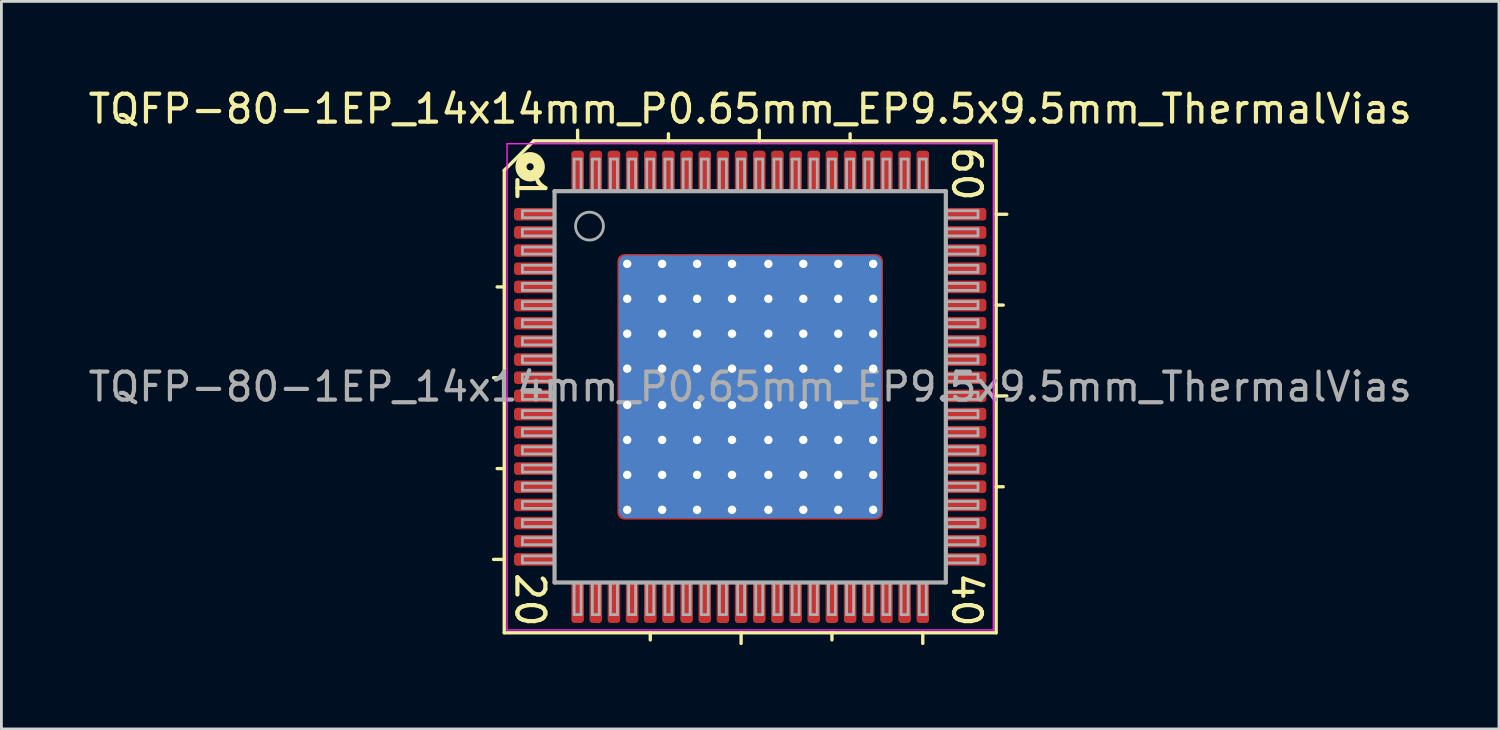
<source format=kicad_pcb>
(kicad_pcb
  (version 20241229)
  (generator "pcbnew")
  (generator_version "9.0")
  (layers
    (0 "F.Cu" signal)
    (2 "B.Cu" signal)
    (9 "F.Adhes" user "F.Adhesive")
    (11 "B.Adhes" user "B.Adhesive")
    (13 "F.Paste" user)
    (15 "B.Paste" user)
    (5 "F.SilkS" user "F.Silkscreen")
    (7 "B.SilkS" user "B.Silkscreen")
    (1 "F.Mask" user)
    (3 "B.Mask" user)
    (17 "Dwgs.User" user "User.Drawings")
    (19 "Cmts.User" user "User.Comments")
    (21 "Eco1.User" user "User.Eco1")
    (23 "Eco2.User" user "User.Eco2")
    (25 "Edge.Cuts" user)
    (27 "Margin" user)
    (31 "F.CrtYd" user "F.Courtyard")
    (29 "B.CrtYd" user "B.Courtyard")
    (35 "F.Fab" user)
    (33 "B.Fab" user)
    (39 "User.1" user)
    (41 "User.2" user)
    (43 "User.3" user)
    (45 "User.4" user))
  (footprint "TQFP-80-1EP_14x14mm_P0.65mm_EP9.5x9.5mm_ThermalVias"
    (layer "F.Cu")
    (at 23.792 10.791)
    (property "Reference" "TQFP-80-1EP_14x14mm_P0.65mm_EP9.5x9.5mm_ThermalVias" (at 0 -9.943 0) (layer "F.SilkS") (effects (font (size 1 1) (thickness 0.15))))
    (attr smd)
    (fp_line (start -8.8 -7.747) (end -8.8 8.8) (stroke (width 0.12) (type solid)) (layer "F.SilkS"))
    (fp_line (start -8.8 -3.575) (end -9.054 -3.575) (stroke (width 0.12) (type solid)) (layer "F.SilkS"))
    (fp_line (start -8.8 -0.325) (end -9.181 -0.325) (stroke (width 0.12) (type solid)) (layer "F.SilkS"))
    (fp_line (start -8.8 2.925) (end -9.054 2.925) (stroke (width 0.12) (type solid)) (layer "F.SilkS"))
    (fp_line (start -8.8 6.175) (end -9.181 6.175) (stroke (width 0.12) (type solid)) (layer "F.SilkS"))
    (fp_line (start -8.8 8.8) (end 8.8 8.8) (stroke (width 0.12) (type solid)) (layer "F.SilkS"))
    (fp_line (start -7.747 -8.8) (end -8.8 -7.747) (stroke (width 0.12) (type solid)) (layer "F.SilkS"))
    (fp_line (start -6.175 -8.8) (end -6.175 -9.181) (stroke (width 0.12) (type solid)) (layer "F.SilkS"))
    (fp_line (start -3.575 8.8) (end -3.575 9.054) (stroke (width 0.12) (type solid)) (layer "F.SilkS"))
    (fp_line (start -2.925 -8.8) (end -2.925 -9.054) (stroke (width 0.12) (type solid)) (layer "F.SilkS"))
    (fp_line (start -0.325 8.8) (end -0.325 9.181) (stroke (width 0.12) (type solid)) (layer "F.SilkS"))
    (fp_line (start 0.325 -8.8) (end 0.325 -9.181) (stroke (width 0.12) (type solid)) (layer "F.SilkS"))
    (fp_line (start 2.925 8.8) (end 2.925 9.054) (stroke (width 0.12) (type solid)) (layer "F.SilkS"))
    (fp_line (start 3.575 -8.8) (end 3.575 -9.054) (stroke (width 0.12) (type solid)) (layer "F.SilkS"))
    (fp_line (start 6.175 8.8) (end 6.175 9.181) (stroke (width 0.12) (type solid)) (layer "F.SilkS"))
    (fp_line (start 8.8 -8.8) (end -7.747 -8.8) (stroke (width 0.12) (type solid)) (layer "F.SilkS"))
    (fp_line (start 8.8 -6.175) (end 9.181 -6.175) (stroke (width 0.12) (type solid)) (layer "F.SilkS"))
    (fp_line (start 8.8 -2.925) (end 9.054 -2.925) (stroke (width 0.12) (type solid)) (layer "F.SilkS"))
    (fp_line (start 8.8 0.325) (end 9.181 0.325) (stroke (width 0.12) (type solid)) (layer "F.SilkS"))
    (fp_line (start 8.8 3.575) (end 9.054 3.575) (stroke (width 0.12) (type solid)) (layer "F.SilkS"))
    (fp_line (start 8.8 8.8) (end 8.8 -8.8) (stroke (width 0.12) (type solid)) (layer "F.SilkS"))
    (fp_circle (center -7.874 -7.874) (end -7.747 -7.874) (stroke (width 0.4) (type solid)) (fill no) (layer "F.SilkS"))
    (fp_line (start -8.7 -8.7) (end -8.7 8.7) (stroke (width 0.05) (type solid)) (layer "F.CrtYd"))
    (fp_line (start -8.7 -8.7) (end 8.7 -8.7) (stroke (width 0.05) (type solid)) (layer "F.CrtYd"))
    (fp_line (start -8.7 8.7) (end 8.7 8.7) (stroke (width 0.05) (type solid)) (layer "F.CrtYd"))
    (fp_line (start 8.7 -8.7) (end 8.7 8.7) (stroke (width 0.05) (type solid)) (layer "F.CrtYd"))
    (fp_line (start -8.15 -6.3) (end -8.15 -6.05) (stroke (width 0.1) (type solid)) (layer "F.Fab"))
    (fp_line (start -8.15 -6.3) (end -7 -6.3) (stroke (width 0.1) (type solid)) (layer "F.Fab"))
    (fp_line (start -8.15 -6.05) (end -7 -6.05) (stroke (width 0.1) (type solid)) (layer "F.Fab"))
    (fp_line (start -8.15 -5.65) (end -8.15 -5.4) (stroke (width 0.1) (type solid)) (layer "F.Fab"))
    (fp_line (start -8.15 -5.65) (end -7 -5.65) (stroke (width 0.1) (type solid)) (layer "F.Fab"))
    (fp_line (start -8.15 -5.4) (end -7 -5.4) (stroke (width 0.1) (type solid)) (layer "F.Fab"))
    (fp_line (start -8.15 -5) (end -8.15 -4.75) (stroke (width 0.1) (type solid)) (layer "F.Fab"))
    (fp_line (start -8.15 -5) (end -7 -5) (stroke (width 0.1) (type solid)) (layer "F.Fab"))
    (fp_line (start -8.15 -4.75) (end -7 -4.75) (stroke (width 0.1) (type solid)) (layer "F.Fab"))
    (fp_line (start -8.15 -4.35) (end -8.15 -4.1) (stroke (width 0.1) (type solid)) (layer "F.Fab"))
    (fp_line (start -8.15 -4.35) (end -7 -4.35) (stroke (width 0.1) (type solid)) (layer "F.Fab"))
    (fp_line (start -8.15 -4.1) (end -7 -4.1) (stroke (width 0.1) (type solid)) (layer "F.Fab"))
    (fp_line (start -8.15 -3.7) (end -8.15 -3.45) (stroke (width 0.1) (type solid)) (layer "F.Fab"))
    (fp_line (start -8.15 -3.7) (end -7 -3.7) (stroke (width 0.1) (type solid)) (layer "F.Fab"))
    (fp_line (start -8.15 -3.45) (end -7 -3.45) (stroke (width 0.1) (type solid)) (layer "F.Fab"))
    (fp_line (start -8.15 -3.05) (end -8.15 -2.8) (stroke (width 0.1) (type solid)) (layer "F.Fab"))
    (fp_line (start -8.15 -3.05) (end -7 -3.05) (stroke (width 0.1) (type solid)) (layer "F.Fab"))
    (fp_line (start -8.15 -2.8) (end -7 -2.8) (stroke (width 0.1) (type solid)) (layer "F.Fab"))
    (fp_line (start -8.15 -2.4) (end -8.15 -2.15) (stroke (width 0.1) (type solid)) (layer "F.Fab"))
    (fp_line (start -8.15 -2.4) (end -7 -2.4) (stroke (width 0.1) (type solid)) (layer "F.Fab"))
    (fp_line (start -8.15 -2.15) (end -7 -2.15) (stroke (width 0.1) (type solid)) (layer "F.Fab"))
    (fp_line (start -8.15 -1.75) (end -8.15 -1.5) (stroke (width 0.1) (type solid)) (layer "F.Fab"))
    (fp_line (start -8.15 -1.75) (end -7 -1.75) (stroke (width 0.1) (type solid)) (layer "F.Fab"))
    (fp_line (start -8.15 -1.5) (end -7 -1.5) (stroke (width 0.1) (type solid)) (layer "F.Fab"))
    (fp_line (start -8.15 -1.1) (end -8.15 -0.85) (stroke (width 0.1) (type solid)) (layer "F.Fab"))
    (fp_line (start -8.15 -1.1) (end -7 -1.1) (stroke (width 0.1) (type solid)) (layer "F.Fab"))
    (fp_line (start -8.15 -0.85) (end -7 -0.85) (stroke (width 0.1) (type solid)) (layer "F.Fab"))
    (fp_line (start -8.15 -0.45) (end -8.15 -0.2) (stroke (width 0.1) (type solid)) (layer "F.Fab"))
    (fp_line (start -8.15 -0.45) (end -7 -0.45) (stroke (width 0.1) (type solid)) (layer "F.Fab"))
    (fp_line (start -8.15 -0.2) (end -7 -0.2) (stroke (width 0.1) (type solid)) (layer "F.Fab"))
    (fp_line (start -8.15 0.2) (end -8.15 0.45) (stroke (width 0.1) (type solid)) (layer "F.Fab"))
    (fp_line (start -8.15 0.2) (end -7 0.2) (stroke (width 0.1) (type solid)) (layer "F.Fab"))
    (fp_line (start -8.15 0.45) (end -7 0.45) (stroke (width 0.1) (type solid)) (layer "F.Fab"))
    (fp_line (start -8.15 0.85) (end -8.15 1.1) (stroke (width 0.1) (type solid)) (layer "F.Fab"))
    (fp_line (start -8.15 0.85) (end -7 0.85) (stroke (width 0.1) (type solid)) (layer "F.Fab"))
    (fp_line (start -8.15 1.1) (end -7 1.1) (stroke (width 0.1) (type solid)) (layer "F.Fab"))
    (fp_line (start -8.15 1.5) (end -8.15 1.75) (stroke (width 0.1) (type solid)) (layer "F.Fab"))
    (fp_line (start -8.15 1.5) (end -7 1.5) (stroke (width 0.1) (type solid)) (layer "F.Fab"))
    (fp_line (start -8.15 1.75) (end -7 1.75) (stroke (width 0.1) (type solid)) (layer "F.Fab"))
    (fp_line (start -8.15 2.15) (end -8.15 2.4) (stroke (width 0.1) (type solid)) (layer "F.Fab"))
    (fp_line (start -8.15 2.15) (end -7 2.15) (stroke (width 0.1) (type solid)) (layer "F.Fab"))
    (fp_line (start -8.15 2.4) (end -7 2.4) (stroke (width 0.1) (type solid)) (layer "F.Fab"))
    (fp_line (start -8.15 2.8) (end -8.15 3.05) (stroke (width 0.1) (type solid)) (layer "F.Fab"))
    (fp_line (start -8.15 2.8) (end -7 2.8) (stroke (width 0.1) (type solid)) (layer "F.Fab"))
    (fp_line (start -8.15 3.05) (end -7 3.05) (stroke (width 0.1) (type solid)) (layer "F.Fab"))
    (fp_line (start -8.15 3.45) (end -8.15 3.7) (stroke (width 0.1) (type solid)) (layer "F.Fab"))
    (fp_line (start -8.15 3.45) (end -7 3.45) (stroke (width 0.1) (type solid)) (layer "F.Fab"))
    (fp_line (start -8.15 3.7) (end -7 3.7) (stroke (width 0.1) (type solid)) (layer "F.Fab"))
    (fp_line (start -8.15 4.1) (end -8.15 4.35) (stroke (width 0.1) (type solid)) (layer "F.Fab"))
    (fp_line (start -8.15 4.1) (end -7 4.1) (stroke (width 0.1) (type solid)) (layer "F.Fab"))
    (fp_line (start -8.15 4.35) (end -7 4.35) (stroke (width 0.1) (type solid)) (layer "F.Fab"))
    (fp_line (start -8.15 4.75) (end -8.15 5) (stroke (width 0.1) (type solid)) (layer "F.Fab"))
    (fp_line (start -8.15 4.75) (end -7 4.75) (stroke (width 0.1) (type solid)) (layer "F.Fab"))
    (fp_line (start -8.15 5) (end -7 5) (stroke (width 0.1) (type solid)) (layer "F.Fab"))
    (fp_line (start -8.15 5.4) (end -8.15 5.65) (stroke (width 0.1) (type solid)) (layer "F.Fab"))
    (fp_line (start -8.15 5.4) (end -7 5.4) (stroke (width 0.1) (type solid)) (layer "F.Fab"))
    (fp_line (start -8.15 5.65) (end -7 5.65) (stroke (width 0.1) (type solid)) (layer "F.Fab"))
    (fp_line (start -8.15 6.05) (end -8.15 6.3) (stroke (width 0.1) (type solid)) (layer "F.Fab"))
    (fp_line (start -8.15 6.05) (end -7 6.05) (stroke (width 0.1) (type solid)) (layer "F.Fab"))
    (fp_line (start -8.15 6.3) (end -7 6.3) (stroke (width 0.1) (type solid)) (layer "F.Fab"))
    (fp_line (start -7 -7) (end 7 -7) (stroke (width 0.15) (type solid)) (layer "F.Fab"))
    (fp_line (start -7 7) (end -7 -7) (stroke (width 0.15) (type solid)) (layer "F.Fab"))
    (fp_line (start -6.3 -8.15) (end -6.3 -7) (stroke (width 0.1) (type solid)) (layer "F.Fab"))
    (fp_line (start -6.3 8.15) (end -6.3 7) (stroke (width 0.1) (type solid)) (layer "F.Fab"))
    (fp_line (start -6.3 8.15) (end -6.05 8.15) (stroke (width 0.1) (type solid)) (layer "F.Fab"))
    (fp_line (start -6.05 -8.15) (end -6.3 -8.15) (stroke (width 0.1) (type solid)) (layer "F.Fab"))
    (fp_line (start -6.05 -8.15) (end -6.05 -7) (stroke (width 0.1) (type solid)) (layer "F.Fab"))
    (fp_line (start -6.05 8.15) (end -6.05 7) (stroke (width 0.1) (type solid)) (layer "F.Fab"))
    (fp_line (start -5.65 -8.15) (end -5.65 -7) (stroke (width 0.1) (type solid)) (layer "F.Fab"))
    (fp_line (start -5.65 8.15) (end -5.65 7) (stroke (width 0.1) (type solid)) (layer "F.Fab"))
    (fp_line (start -5.65 8.15) (end -5.4 8.15) (stroke (width 0.1) (type solid)) (layer "F.Fab"))
    (fp_line (start -5.4 -8.15) (end -5.65 -8.15) (stroke (width 0.1) (type solid)) (layer "F.Fab"))
    (fp_line (start -5.4 -8.15) (end -5.4 -7) (stroke (width 0.1) (type solid)) (layer "F.Fab"))
    (fp_line (start -5.4 8.15) (end -5.4 7) (stroke (width 0.1) (type solid)) (layer "F.Fab"))
    (fp_line (start -5 -8.15) (end -5 -7) (stroke (width 0.1) (type solid)) (layer "F.Fab"))
    (fp_line (start -5 8.15) (end -5 7) (stroke (width 0.1) (type solid)) (layer "F.Fab"))
    (fp_line (start -5 8.15) (end -4.75 8.15) (stroke (width 0.1) (type solid)) (layer "F.Fab"))
    (fp_line (start -4.75 -8.15) (end -5 -8.15) (stroke (width 0.1) (type solid)) (layer "F.Fab"))
    (fp_line (start -4.75 -8.15) (end -4.75 -7) (stroke (width 0.1) (type solid)) (layer "F.Fab"))
    (fp_line (start -4.75 8.15) (end -4.75 7) (stroke (width 0.1) (type solid)) (layer "F.Fab"))
    (fp_line (start -4.35 -8.15) (end -4.35 -7) (stroke (width 0.1) (type solid)) (layer "F.Fab"))
    (fp_line (start -4.35 8.15) (end -4.35 7) (stroke (width 0.1) (type solid)) (layer "F.Fab"))
    (fp_line (start -4.35 8.15) (end -4.1 8.15) (stroke (width 0.1) (type solid)) (layer "F.Fab"))
    (fp_line (start -4.1 -8.15) (end -4.35 -8.15) (stroke (width 0.1) (type solid)) (layer "F.Fab"))
    (fp_line (start -4.1 -8.15) (end -4.1 -7) (stroke (width 0.1) (type solid)) (layer "F.Fab"))
    (fp_line (start -4.1 8.15) (end -4.1 7) (stroke (width 0.1) (type solid)) (layer "F.Fab"))
    (fp_line (start -3.7 -8.15) (end -3.7 -7) (stroke (width 0.1) (type solid)) (layer "F.Fab"))
    (fp_line (start -3.7 8.15) (end -3.7 7) (stroke (width 0.1) (type solid)) (layer "F.Fab"))
    (fp_line (start -3.7 8.15) (end -3.45 8.15) (stroke (width 0.1) (type solid)) (layer "F.Fab"))
    (fp_line (start -3.45 -8.15) (end -3.7 -8.15) (stroke (width 0.1) (type solid)) (layer "F.Fab"))
    (fp_line (start -3.45 -8.15) (end -3.45 -7) (stroke (width 0.1) (type solid)) (layer "F.Fab"))
    (fp_line (start -3.45 8.15) (end -3.45 7) (stroke (width 0.1) (type solid)) (layer "F.Fab"))
    (fp_line (start -3.05 -8.15) (end -3.05 -7) (stroke (width 0.1) (type solid)) (layer "F.Fab"))
    (fp_line (start -3.05 8.15) (end -3.05 7) (stroke (width 0.1) (type solid)) (layer "F.Fab"))
    (fp_line (start -3.05 8.15) (end -2.8 8.15) (stroke (width 0.1) (type solid)) (layer "F.Fab"))
    (fp_line (start -2.8 -8.15) (end -3.05 -8.15) (stroke (width 0.1) (type solid)) (layer "F.Fab"))
    (fp_line (start -2.8 -8.15) (end -2.8 -7) (stroke (width 0.1) (type solid)) (layer "F.Fab"))
    (fp_line (start -2.8 8.15) (end -2.8 7) (stroke (width 0.1) (type solid)) (layer "F.Fab"))
    (fp_line (start -2.4 -8.15) (end -2.4 -7) (stroke (width 0.1) (type solid)) (layer "F.Fab"))
    (fp_line (start -2.4 8.15) (end -2.4 7) (stroke (width 0.1) (type solid)) (layer "F.Fab"))
    (fp_line (start -2.4 8.15) (end -2.15 8.15) (stroke (width 0.1) (type solid)) (layer "F.Fab"))
    (fp_line (start -2.15 -8.15) (end -2.4 -8.15) (stroke (width 0.1) (type solid)) (layer "F.Fab"))
    (fp_line (start -2.15 -8.15) (end -2.15 -7) (stroke (width 0.1) (type solid)) (layer "F.Fab"))
    (fp_line (start -2.15 8.15) (end -2.15 7) (stroke (width 0.1) (type solid)) (layer "F.Fab"))
    (fp_line (start -1.75 -8.15) (end -1.75 -7) (stroke (width 0.1) (type solid)) (layer "F.Fab"))
    (fp_line (start -1.75 8.15) (end -1.75 7) (stroke (width 0.1) (type solid)) (layer "F.Fab"))
    (fp_line (start -1.75 8.15) (end -1.5 8.15) (stroke (width 0.1) (type solid)) (layer "F.Fab"))
    (fp_line (start -1.5 -8.15) (end -1.75 -8.15) (stroke (width 0.1) (type solid)) (layer "F.Fab"))
    (fp_line (start -1.5 -8.15) (end -1.5 -7) (stroke (width 0.1) (type solid)) (layer "F.Fab"))
    (fp_line (start -1.5 8.15) (end -1.5 7) (stroke (width 0.1) (type solid)) (layer "F.Fab"))
    (fp_line (start -1.1 -8.15) (end -1.1 -7) (stroke (width 0.1) (type solid)) (layer "F.Fab"))
    (fp_line (start -1.1 8.15) (end -1.1 7) (stroke (width 0.1) (type solid)) (layer "F.Fab"))
    (fp_line (start -1.1 8.15) (end -0.85 8.15) (stroke (width 0.1) (type solid)) (layer "F.Fab"))
    (fp_line (start -0.85 -8.15) (end -1.1 -8.15) (stroke (width 0.1) (type solid)) (layer "F.Fab"))
    (fp_line (start -0.85 -8.15) (end -0.85 -7) (stroke (width 0.1) (type solid)) (layer "F.Fab"))
    (fp_line (start -0.85 8.15) (end -0.85 7) (stroke (width 0.1) (type solid)) (layer "F.Fab"))
    (fp_line (start -0.45 -8.15) (end -0.45 -7) (stroke (width 0.1) (type solid)) (layer "F.Fab"))
    (fp_line (start -0.45 8.15) (end -0.45 7) (stroke (width 0.1) (type solid)) (layer "F.Fab"))
    (fp_line (start -0.45 8.15) (end -0.2 8.15) (stroke (width 0.1) (type solid)) (layer "F.Fab"))
    (fp_line (start -0.2 -8.15) (end -0.45 -8.15) (stroke (width 0.1) (type solid)) (layer "F.Fab"))
    (fp_line (start -0.2 -8.15) (end -0.2 -7) (stroke (width 0.1) (type solid)) (layer "F.Fab"))
    (fp_line (start -0.2 8.15) (end -0.2 7) (stroke (width 0.1) (type solid)) (layer "F.Fab"))
    (fp_line (start 0.2 -8.15) (end 0.2 -7) (stroke (width 0.1) (type solid)) (layer "F.Fab"))
    (fp_line (start 0.2 8.15) (end 0.2 7) (stroke (width 0.1) (type solid)) (layer "F.Fab"))
    (fp_line (start 0.2 8.15) (end 0.45 8.15) (stroke (width 0.1) (type solid)) (layer "F.Fab"))
    (fp_line (start 0.45 -8.15) (end 0.2 -8.15) (stroke (width 0.1) (type solid)) (layer "F.Fab"))
    (fp_line (start 0.45 -8.15) (end 0.45 -7) (stroke (width 0.1) (type solid)) (layer "F.Fab"))
    (fp_line (start 0.45 8.15) (end 0.45 7) (stroke (width 0.1) (type solid)) (layer "F.Fab"))
    (fp_line (start 0.85 -8.15) (end 0.85 -7) (stroke (width 0.1) (type solid)) (layer "F.Fab"))
    (fp_line (start 0.85 8.15) (end 0.85 7) (stroke (width 0.1) (type solid)) (layer "F.Fab"))
    (fp_line (start 0.85 8.15) (end 1.1 8.15) (stroke (width 0.1) (type solid)) (layer "F.Fab"))
    (fp_line (start 1.1 -8.15) (end 0.85 -8.15) (stroke (width 0.1) (type solid)) (layer "F.Fab"))
    (fp_line (start 1.1 -8.15) (end 1.1 -7) (stroke (width 0.1) (type solid)) (layer "F.Fab"))
    (fp_line (start 1.1 8.15) (end 1.1 7) (stroke (width 0.1) (type solid)) (layer "F.Fab"))
    (fp_line (start 1.5 -8.15) (end 1.5 -7) (stroke (width 0.1) (type solid)) (layer "F.Fab"))
    (fp_line (start 1.5 8.15) (end 1.5 7) (stroke (width 0.1) (type solid)) (layer "F.Fab"))
    (fp_line (start 1.5 8.15) (end 1.75 8.15) (stroke (width 0.1) (type solid)) (layer "F.Fab"))
    (fp_line (start 1.75 -8.15) (end 1.5 -8.15) (stroke (width 0.1) (type solid)) (layer "F.Fab"))
    (fp_line (start 1.75 -8.15) (end 1.75 -7) (stroke (width 0.1) (type solid)) (layer "F.Fab"))
    (fp_line (start 1.75 8.15) (end 1.75 7) (stroke (width 0.1) (type solid)) (layer "F.Fab"))
    (fp_line (start 2.15 -8.15) (end 2.15 -7) (stroke (width 0.1) (type solid)) (layer "F.Fab"))
    (fp_line (start 2.15 8.15) (end 2.15 7) (stroke (width 0.1) (type solid)) (layer "F.Fab"))
    (fp_line (start 2.15 8.15) (end 2.4 8.15) (stroke (width 0.1) (type solid)) (layer "F.Fab"))
    (fp_line (start 2.4 -8.15) (end 2.15 -8.15) (stroke (width 0.1) (type solid)) (layer "F.Fab"))
    (fp_line (start 2.4 -8.15) (end 2.4 -7) (stroke (width 0.1) (type solid)) (layer "F.Fab"))
    (fp_line (start 2.4 8.15) (end 2.4 7) (stroke (width 0.1) (type solid)) (layer "F.Fab"))
    (fp_line (start 2.8 -8.15) (end 2.8 -7) (stroke (width 0.1) (type solid)) (layer "F.Fab"))
    (fp_line (start 2.8 8.15) (end 2.8 7) (stroke (width 0.1) (type solid)) (layer "F.Fab"))
    (fp_line (start 2.8 8.15) (end 3.05 8.15) (stroke (width 0.1) (type solid)) (layer "F.Fab"))
    (fp_line (start 3.05 -8.15) (end 2.8 -8.15) (stroke (width 0.1) (type solid)) (layer "F.Fab"))
    (fp_line (start 3.05 -8.15) (end 3.05 -7) (stroke (width 0.1) (type solid)) (layer "F.Fab"))
    (fp_line (start 3.05 8.15) (end 3.05 7) (stroke (width 0.1) (type solid)) (layer "F.Fab"))
    (fp_line (start 3.45 -8.15) (end 3.45 -7) (stroke (width 0.1) (type solid)) (layer "F.Fab"))
    (fp_line (start 3.45 8.15) (end 3.45 7) (stroke (width 0.1) (type solid)) (layer "F.Fab"))
    (fp_line (start 3.45 8.15) (end 3.7 8.15) (stroke (width 0.1) (type solid)) (layer "F.Fab"))
    (fp_line (start 3.7 -8.15) (end 3.45 -8.15) (stroke (width 0.1) (type solid)) (layer "F.Fab"))
    (fp_line (start 3.7 -8.15) (end 3.7 -7) (stroke (width 0.1) (type solid)) (layer "F.Fab"))
    (fp_line (start 3.7 8.15) (end 3.7 7) (stroke (width 0.1) (type solid)) (layer "F.Fab"))
    (fp_line (start 4.1 -8.15) (end 4.1 -7) (stroke (width 0.1) (type solid)) (layer "F.Fab"))
    (fp_line (start 4.1 8.15) (end 4.1 7) (stroke (width 0.1) (type solid)) (layer "F.Fab"))
    (fp_line (start 4.1 8.15) (end 4.35 8.15) (stroke (width 0.1) (type solid)) (layer "F.Fab"))
    (fp_line (start 4.35 -8.15) (end 4.1 -8.15) (stroke (width 0.1) (type solid)) (layer "F.Fab"))
    (fp_line (start 4.35 -8.15) (end 4.35 -7) (stroke (width 0.1) (type solid)) (layer "F.Fab"))
    (fp_line (start 4.35 8.15) (end 4.35 7) (stroke (width 0.1) (type solid)) (layer "F.Fab"))
    (fp_line (start 4.75 -8.15) (end 4.75 -7) (stroke (width 0.1) (type solid)) (layer "F.Fab"))
    (fp_line (start 4.75 8.15) (end 4.75 7) (stroke (width 0.1) (type solid)) (layer "F.Fab"))
    (fp_line (start 4.75 8.15) (end 5 8.15) (stroke (width 0.1) (type solid)) (layer "F.Fab"))
    (fp_line (start 5 -8.15) (end 4.75 -8.15) (stroke (width 0.1) (type solid)) (layer "F.Fab"))
    (fp_line (start 5 -8.15) (end 5 -7) (stroke (width 0.1) (type solid)) (layer "F.Fab"))
    (fp_line (start 5 8.15) (end 5 7) (stroke (width 0.1) (type solid)) (layer "F.Fab"))
    (fp_line (start 5.4 -8.15) (end 5.4 -7) (stroke (width 0.1) (type solid)) (layer "F.Fab"))
    (fp_line (start 5.4 8.15) (end 5.4 7) (stroke (width 0.1) (type solid)) (layer "F.Fab"))
    (fp_line (start 5.4 8.15) (end 5.65 8.15) (stroke (width 0.1) (type solid)) (layer "F.Fab"))
    (fp_line (start 5.65 -8.15) (end 5.4 -8.15) (stroke (width 0.1) (type solid)) (layer "F.Fab"))
    (fp_line (start 5.65 -8.15) (end 5.65 -7) (stroke (width 0.1) (type solid)) (layer "F.Fab"))
    (fp_line (start 5.65 8.15) (end 5.65 7) (stroke (width 0.1) (type solid)) (layer "F.Fab"))
    (fp_line (start 6.05 -8.15) (end 6.05 -7) (stroke (width 0.1) (type solid)) (layer "F.Fab"))
    (fp_line (start 6.05 8.15) (end 6.05 7) (stroke (width 0.1) (type solid)) (layer "F.Fab"))
    (fp_line (start 6.05 8.15) (end 6.3 8.15) (stroke (width 0.1) (type solid)) (layer "F.Fab"))
    (fp_line (start 6.3 -8.15) (end 6.05 -8.15) (stroke (width 0.1) (type solid)) (layer "F.Fab"))
    (fp_line (start 6.3 -8.15) (end 6.3 -7) (stroke (width 0.1) (type solid)) (layer "F.Fab"))
    (fp_line (start 6.3 8.15) (end 6.3 7) (stroke (width 0.1) (type solid)) (layer "F.Fab"))
    (fp_line (start 7 -7) (end 7 7) (stroke (width 0.15) (type solid)) (layer "F.Fab"))
    (fp_line (start 7 7) (end -7 7) (stroke (width 0.15) (type solid)) (layer "F.Fab"))
    (fp_line (start 8.15 -6.3) (end 7 -6.3) (stroke (width 0.1) (type solid)) (layer "F.Fab"))
    (fp_line (start 8.15 -6.05) (end 7 -6.05) (stroke (width 0.1) (type solid)) (layer "F.Fab"))
    (fp_line (start 8.15 -6.05) (end 8.15 -6.3) (stroke (width 0.1) (type solid)) (layer "F.Fab"))
    (fp_line (start 8.15 -5.65) (end 7 -5.65) (stroke (width 0.1) (type solid)) (layer "F.Fab"))
    (fp_line (start 8.15 -5.4) (end 7 -5.4) (stroke (width 0.1) (type solid)) (layer "F.Fab"))
    (fp_line (start 8.15 -5.4) (end 8.15 -5.65) (stroke (width 0.1) (type solid)) (layer "F.Fab"))
    (fp_line (start 8.15 -5) (end 7 -5) (stroke (width 0.1) (type solid)) (layer "F.Fab"))
    (fp_line (start 8.15 -4.75) (end 7 -4.75) (stroke (width 0.1) (type solid)) (layer "F.Fab"))
    (fp_line (start 8.15 -4.75) (end 8.15 -5) (stroke (width 0.1) (type solid)) (layer "F.Fab"))
    (fp_line (start 8.15 -4.35) (end 7 -4.35) (stroke (width 0.1) (type solid)) (layer "F.Fab"))
    (fp_line (start 8.15 -4.1) (end 7 -4.1) (stroke (width 0.1) (type solid)) (layer "F.Fab"))
    (fp_line (start 8.15 -4.1) (end 8.15 -4.35) (stroke (width 0.1) (type solid)) (layer "F.Fab"))
    (fp_line (start 8.15 -3.7) (end 7 -3.7) (stroke (width 0.1) (type solid)) (layer "F.Fab"))
    (fp_line (start 8.15 -3.45) (end 7 -3.45) (stroke (width 0.1) (type solid)) (layer "F.Fab"))
    (fp_line (start 8.15 -3.45) (end 8.15 -3.7) (stroke (width 0.1) (type solid)) (layer "F.Fab"))
    (fp_line (start 8.15 -3.05) (end 7 -3.05) (stroke (width 0.1) (type solid)) (layer "F.Fab"))
    (fp_line (start 8.15 -2.8) (end 7 -2.8) (stroke (width 0.1) (type solid)) (layer "F.Fab"))
    (fp_line (start 8.15 -2.8) (end 8.15 -3.05) (stroke (width 0.1) (type solid)) (layer "F.Fab"))
    (fp_line (start 8.15 -2.4) (end 7 -2.4) (stroke (width 0.1) (type solid)) (layer "F.Fab"))
    (fp_line (start 8.15 -2.15) (end 7 -2.15) (stroke (width 0.1) (type solid)) (layer "F.Fab"))
    (fp_line (start 8.15 -2.15) (end 8.15 -2.4) (stroke (width 0.1) (type solid)) (layer "F.Fab"))
    (fp_line (start 8.15 -1.75) (end 7 -1.75) (stroke (width 0.1) (type solid)) (layer "F.Fab"))
    (fp_line (start 8.15 -1.5) (end 7 -1.5) (stroke (width 0.1) (type solid)) (layer "F.Fab"))
    (fp_line (start 8.15 -1.5) (end 8.15 -1.75) (stroke (width 0.1) (type solid)) (layer "F.Fab"))
    (fp_line (start 8.15 -1.1) (end 7 -1.1) (stroke (width 0.1) (type solid)) (layer "F.Fab"))
    (fp_line (start 8.15 -0.85) (end 7 -0.85) (stroke (width 0.1) (type solid)) (layer "F.Fab"))
    (fp_line (start 8.15 -0.85) (end 8.15 -1.1) (stroke (width 0.1) (type solid)) (layer "F.Fab"))
    (fp_line (start 8.15 -0.45) (end 7 -0.45) (stroke (width 0.1) (type solid)) (layer "F.Fab"))
    (fp_line (start 8.15 -0.2) (end 7 -0.2) (stroke (width 0.1) (type solid)) (layer "F.Fab"))
    (fp_line (start 8.15 -0.2) (end 8.15 -0.45) (stroke (width 0.1) (type solid)) (layer "F.Fab"))
    (fp_line (start 8.15 0.2) (end 7 0.2) (stroke (width 0.1) (type solid)) (layer "F.Fab"))
    (fp_line (start 8.15 0.45) (end 7 0.45) (stroke (width 0.1) (type solid)) (layer "F.Fab"))
    (fp_line (start 8.15 0.45) (end 8.15 0.2) (stroke (width 0.1) (type solid)) (layer "F.Fab"))
    (fp_line (start 8.15 0.85) (end 7 0.85) (stroke (width 0.1) (type solid)) (layer "F.Fab"))
    (fp_line (start 8.15 1.1) (end 7 1.1) (stroke (width 0.1) (type solid)) (layer "F.Fab"))
    (fp_line (start 8.15 1.1) (end 8.15 0.85) (stroke (width 0.1) (type solid)) (layer "F.Fab"))
    (fp_line (start 8.15 1.5) (end 7 1.5) (stroke (width 0.1) (type solid)) (layer "F.Fab"))
    (fp_line (start 8.15 1.75) (end 7 1.75) (stroke (width 0.1) (type solid)) (layer "F.Fab"))
    (fp_line (start 8.15 1.75) (end 8.15 1.5) (stroke (width 0.1) (type solid)) (layer "F.Fab"))
    (fp_line (start 8.15 2.15) (end 7 2.15) (stroke (width 0.1) (type solid)) (layer "F.Fab"))
    (fp_line (start 8.15 2.4) (end 7 2.4) (stroke (width 0.1) (type solid)) (layer "F.Fab"))
    (fp_line (start 8.15 2.4) (end 8.15 2.15) (stroke (width 0.1) (type solid)) (layer "F.Fab"))
    (fp_line (start 8.15 2.8) (end 7 2.8) (stroke (width 0.1) (type solid)) (layer "F.Fab"))
    (fp_line (start 8.15 3.05) (end 7 3.05) (stroke (width 0.1) (type solid)) (layer "F.Fab"))
    (fp_line (start 8.15 3.05) (end 8.15 2.8) (stroke (width 0.1) (type solid)) (layer "F.Fab"))
    (fp_line (start 8.15 3.45) (end 7 3.45) (stroke (width 0.1) (type solid)) (layer "F.Fab"))
    (fp_line (start 8.15 3.7) (end 7 3.7) (stroke (width 0.1) (type solid)) (layer "F.Fab"))
    (fp_line (start 8.15 3.7) (end 8.15 3.45) (stroke (width 0.1) (type solid)) (layer "F.Fab"))
    (fp_line (start 8.15 4.1) (end 7 4.1) (stroke (width 0.1) (type solid)) (layer "F.Fab"))
    (fp_line (start 8.15 4.35) (end 7 4.35) (stroke (width 0.1) (type solid)) (layer "F.Fab"))
    (fp_line (start 8.15 4.35) (end 8.15 4.1) (stroke (width 0.1) (type solid)) (layer "F.Fab"))
    (fp_line (start 8.15 4.75) (end 7 4.75) (stroke (width 0.1) (type solid)) (layer "F.Fab"))
    (fp_line (start 8.15 5) (end 7 5) (stroke (width 0.1) (type solid)) (layer "F.Fab"))
    (fp_line (start 8.15 5) (end 8.15 4.75) (stroke (width 0.1) (type solid)) (layer "F.Fab"))
    (fp_line (start 8.15 5.4) (end 7 5.4) (stroke (width 0.1) (type solid)) (layer "F.Fab"))
    (fp_line (start 8.15 5.65) (end 7 5.65) (stroke (width 0.1) (type solid)) (layer "F.Fab"))
    (fp_line (start 8.15 5.65) (end 8.15 5.4) (stroke (width 0.1) (type solid)) (layer "F.Fab"))
    (fp_line (start 8.15 6.05) (end 7 6.05) (stroke (width 0.1) (type solid)) (layer "F.Fab"))
    (fp_line (start 8.15 6.3) (end 7 6.3) (stroke (width 0.1) (type solid)) (layer "F.Fab"))
    (fp_line (start 8.15 6.3) (end 8.15 6.05) (stroke (width 0.1) (type solid)) (layer "F.Fab"))
    (fp_circle (center -5.75 -5.75) (end -5.25 -5.75) (stroke (width 0.1) (type solid)) (fill no) (layer "F.Fab"))
    (fp_text user "60" (at 7.747 -7.62 270) (unlocked yes) (layer "F.SilkS") (effects (font (size 1 1) (thickness 0.15))))
    (fp_text user "1" (at -7.874 -7.112 270) (unlocked yes) (layer "F.SilkS") (effects (font (size 1 1) (thickness 0.15))))
    (fp_text user "40" (at 7.747 7.62 270) (unlocked yes) (layer "F.SilkS") (effects (font (size 1 1) (thickness 0.15))))
    (fp_text user "20" (at -7.874 7.62 270) (unlocked yes) (layer "F.SilkS") (effects (font (size 1 1) (thickness 0.15))))
    (fp_text user "${REFERENCE}" (at 0 0 0) (layer "F.Fab") (effects (font (size 1 1) (thickness 0.15))))
    (pad "" smd roundrect (at -3.775 -3.775) (size 1.05 1.05) (layers "F.Paste") (roundrect_rratio 0.238))
    (pad "" smd roundrect (at -3.775 -2.525) (size 1.05 1.05) (layers "F.Paste") (roundrect_rratio 0.238))
    (pad "" smd roundrect (at -3.775 -1.275) (size 1.05 1.05) (layers "F.Paste") (roundrect_rratio 0.238))
    (pad "" smd roundrect (at -3.775 0) (size 1.05 1.1) (layers "F.Paste") (roundrect_rratio 0.238))
    (pad "" smd roundrect (at -3.775 1.275) (size 1.05 1.05) (layers "F.Paste") (roundrect_rratio 0.238))
    (pad "" smd roundrect (at -3.775 2.525) (size 1.05 1.05) (layers "F.Paste") (roundrect_rratio 0.238))
    (pad "" smd roundrect (at -3.775 3.775) (size 1.05 1.05) (layers "F.Paste") (roundrect_rratio 0.238))
    (pad "" smd roundrect (at -2.525 -3.775) (size 1.05 1.05) (layers "F.Paste") (roundrect_rratio 0.238))
    (pad "" smd roundrect (at -2.525 -2.525) (size 1.05 1.05) (layers "F.Paste") (roundrect_rratio 0.238))
    (pad "" smd roundrect (at -2.525 -1.275) (size 1.05 1.05) (layers "F.Paste") (roundrect_rratio 0.238))
    (pad "" smd roundrect (at -2.525 0) (size 1.05 1.1) (layers "F.Paste") (roundrect_rratio 0.238))
    (pad "" smd roundrect (at -2.525 1.275) (size 1.05 1.05) (layers "F.Paste") (roundrect_rratio 0.238))
    (pad "" smd roundrect (at -2.525 2.525) (size 1.05 1.05) (layers "F.Paste") (roundrect_rratio 0.238))
    (pad "" smd roundrect (at -2.525 3.775) (size 1.05 1.05) (layers "F.Paste") (roundrect_rratio 0.238))
    (pad "" smd roundrect (at -1.275 -3.775) (size 1.05 1.05) (layers "F.Paste") (roundrect_rratio 0.238))
    (pad "" smd roundrect (at -1.275 -2.525) (size 1.05 1.05) (layers "F.Paste") (roundrect_rratio 0.238))
    (pad "" smd roundrect (at -1.275 -1.275) (size 1.05 1.05) (layers "F.Paste") (roundrect_rratio 0.238))
    (pad "" smd roundrect (at -1.275 0) (size 1.05 1.1) (layers "F.Paste") (roundrect_rratio 0.238))
    (pad "" smd roundrect (at -1.275 1.275) (size 1.05 1.05) (layers "F.Paste") (roundrect_rratio 0.238))
    (pad "" smd roundrect (at -1.275 2.525) (size 1.05 1.05) (layers "F.Paste") (roundrect_rratio 0.238))
    (pad "" smd roundrect (at -1.275 3.775) (size 1.05 1.05) (layers "F.Paste") (roundrect_rratio 0.238))
    (pad "" smd roundrect (at 0 -3.775) (size 1.1 1.05) (layers "F.Paste") (roundrect_rratio 0.238))
    (pad "" smd roundrect (at 0 -2.525) (size 1.1 1.05) (layers "F.Paste") (roundrect_rratio 0.238))
    (pad "" smd roundrect (at 0 -1.275) (size 1.1 1.05) (layers "F.Paste") (roundrect_rratio 0.238))
    (pad "" smd roundrect (at 0 0) (size 1.1 1.1) (layers "F.Paste") (roundrect_rratio 0.227))
    (pad "" smd roundrect (at 0 1.275) (size 1.1 1.05) (layers "F.Paste") (roundrect_rratio 0.238))
    (pad "" smd roundrect (at 0 2.525) (size 1.1 1.05) (layers "F.Paste") (roundrect_rratio 0.238))
    (pad "" smd roundrect (at 0 3.775) (size 1.1 1.05) (layers "F.Paste") (roundrect_rratio 0.238))
    (pad "" smd roundrect (at 1.275 -3.775) (size 1.05 1.05) (layers "F.Paste") (roundrect_rratio 0.238))
    (pad "" smd roundrect (at 1.275 -2.525) (size 1.05 1.05) (layers "F.Paste") (roundrect_rratio 0.238))
    (pad "" smd roundrect (at 1.275 -1.275) (size 1.05 1.05) (layers "F.Paste") (roundrect_rratio 0.238))
    (pad "" smd roundrect (at 1.275 0) (size 1.05 1.1) (layers "F.Paste") (roundrect_rratio 0.238))
    (pad "" smd roundrect (at 1.275 1.275) (size 1.05 1.05) (layers "F.Paste") (roundrect_rratio 0.238))
    (pad "" smd roundrect (at 1.275 2.525) (size 1.05 1.05) (layers "F.Paste") (roundrect_rratio 0.238))
    (pad "" smd roundrect (at 1.275 3.775) (size 1.05 1.05) (layers "F.Paste") (roundrect_rratio 0.238))
    (pad "" smd roundrect (at 2.525 -3.775) (size 1.05 1.05) (layers "F.Paste") (roundrect_rratio 0.238))
    (pad "" smd roundrect (at 2.525 -2.525) (size 1.05 1.05) (layers "F.Paste") (roundrect_rratio 0.238))
    (pad "" smd roundrect (at 2.525 -1.275) (size 1.05 1.05) (layers "F.Paste") (roundrect_rratio 0.238))
    (pad "" smd roundrect (at 2.525 0) (size 1.05 1.1) (layers "F.Paste") (roundrect_rratio 0.238))
    (pad "" smd roundrect (at 2.525 1.275) (size 1.05 1.05) (layers "F.Paste") (roundrect_rratio 0.238))
    (pad "" smd roundrect (at 2.525 2.525) (size 1.05 1.05) (layers "F.Paste") (roundrect_rratio 0.238))
    (pad "" smd roundrect (at 2.525 3.775) (size 1.05 1.05) (layers "F.Paste") (roundrect_rratio 0.238))
    (pad "" smd roundrect (at 3.775 -3.775) (size 1.05 1.05) (layers "F.Paste") (roundrect_rratio 0.238))
    (pad "" smd roundrect (at 3.775 -2.525) (size 1.05 1.05) (layers "F.Paste") (roundrect_rratio 0.238))
    (pad "" smd roundrect (at 3.775 -1.275) (size 1.05 1.05) (layers "F.Paste") (roundrect_rratio 0.238))
    (pad "" smd roundrect (at 3.775 0) (size 1.05 1.1) (layers "F.Paste") (roundrect_rratio 0.238))
    (pad "" smd roundrect (at 3.775 1.275) (size 1.05 1.05) (layers "F.Paste") (roundrect_rratio 0.238))
    (pad "" smd roundrect (at 3.775 2.525) (size 1.05 1.05) (layers "F.Paste") (roundrect_rratio 0.238))
    (pad "" smd roundrect (at 3.775 3.775) (size 1.05 1.05) (layers "F.Paste") (roundrect_rratio 0.238))
    (pad "1" smd roundrect (at -7.7 -6.175) (size 1.5 0.45) (layers "F.Cu" "F.Mask" "F.Paste") (roundrect_rratio 0.25))
    (pad "2" smd roundrect (at -7.7 -5.525) (size 1.5 0.45) (layers "F.Cu" "F.Mask" "F.Paste") (roundrect_rratio 0.25))
    (pad "3" smd roundrect (at -7.7 -4.875) (size 1.5 0.45) (layers "F.Cu" "F.Mask" "F.Paste") (roundrect_rratio 0.25))
    (pad "4" smd roundrect (at -7.7 -4.225) (size 1.5 0.45) (layers "F.Cu" "F.Mask" "F.Paste") (roundrect_rratio 0.25))
    (pad "5" smd roundrect (at -7.7 -3.575) (size 1.5 0.45) (layers "F.Cu" "F.Mask" "F.Paste") (roundrect_rratio 0.25))
    (pad "6" smd roundrect (at -7.7 -2.925) (size 1.5 0.45) (layers "F.Cu" "F.Mask" "F.Paste") (roundrect_rratio 0.25))
    (pad "7" smd roundrect (at -7.7 -2.275) (size 1.5 0.45) (layers "F.Cu" "F.Mask" "F.Paste") (roundrect_rratio 0.25))
    (pad "8" smd roundrect (at -7.7 -1.625) (size 1.5 0.45) (layers "F.Cu" "F.Mask" "F.Paste") (roundrect_rratio 0.25))
    (pad "9" smd roundrect (at -7.7 -0.975) (size 1.5 0.45) (layers "F.Cu" "F.Mask" "F.Paste") (roundrect_rratio 0.25))
    (pad "10" smd roundrect (at -7.7 -0.325) (size 1.5 0.45) (layers "F.Cu" "F.Mask" "F.Paste") (roundrect_rratio 0.25))
    (pad "11" smd roundrect (at -7.7 0.325) (size 1.5 0.45) (layers "F.Cu" "F.Mask" "F.Paste") (roundrect_rratio 0.25))
    (pad "12" smd roundrect (at -7.7 0.975) (size 1.5 0.45) (layers "F.Cu" "F.Mask" "F.Paste") (roundrect_rratio 0.25))
    (pad "13" smd roundrect (at -7.7 1.625) (size 1.5 0.45) (layers "F.Cu" "F.Mask" "F.Paste") (roundrect_rratio 0.25))
    (pad "14" smd roundrect (at -7.7 2.275) (size 1.5 0.45) (layers "F.Cu" "F.Mask" "F.Paste") (roundrect_rratio 0.25))
    (pad "15" smd roundrect (at -7.7 2.925) (size 1.5 0.45) (layers "F.Cu" "F.Mask" "F.Paste") (roundrect_rratio 0.25))
    (pad "16" smd roundrect (at -7.7 3.575) (size 1.5 0.45) (layers "F.Cu" "F.Mask" "F.Paste") (roundrect_rratio 0.25))
    (pad "17" smd roundrect (at -7.7 4.225) (size 1.5 0.45) (layers "F.Cu" "F.Mask" "F.Paste") (roundrect_rratio 0.25))
    (pad "18" smd roundrect (at -7.7 4.875) (size 1.5 0.45) (layers "F.Cu" "F.Mask" "F.Paste") (roundrect_rratio 0.25))
    (pad "19" smd roundrect (at -7.7 5.525) (size 1.5 0.45) (layers "F.Cu" "F.Mask" "F.Paste") (roundrect_rratio 0.25))
    (pad "20" smd roundrect (at -7.7 6.175) (size 1.5 0.45) (layers "F.Cu" "F.Mask" "F.Paste") (roundrect_rratio 0.25))
    (pad "21" smd roundrect (at -6.175 7.7 90) (size 1.5 0.45) (layers "F.Cu" "F.Mask" "F.Paste") (roundrect_rratio 0.25))
    (pad "22" smd roundrect (at -5.525 7.7 90) (size 1.5 0.45) (layers "F.Cu" "F.Mask" "F.Paste") (roundrect_rratio 0.25))
    (pad "23" smd roundrect (at -4.875 7.7 90) (size 1.5 0.45) (layers "F.Cu" "F.Mask" "F.Paste") (roundrect_rratio 0.25))
    (pad "24" smd roundrect (at -4.225 7.7 90) (size 1.5 0.45) (layers "F.Cu" "F.Mask" "F.Paste") (roundrect_rratio 0.25))
    (pad "25" smd roundrect (at -3.575 7.7 90) (size 1.5 0.45) (layers "F.Cu" "F.Mask" "F.Paste") (roundrect_rratio 0.25))
    (pad "26" smd roundrect (at -2.925 7.7 90) (size 1.5 0.45) (layers "F.Cu" "F.Mask" "F.Paste") (roundrect_rratio 0.25))
    (pad "27" smd roundrect (at -2.275 7.7 90) (size 1.5 0.45) (layers "F.Cu" "F.Mask" "F.Paste") (roundrect_rratio 0.25))
    (pad "28" smd roundrect (at -1.625 7.7 90) (size 1.5 0.45) (layers "F.Cu" "F.Mask" "F.Paste") (roundrect_rratio 0.25))
    (pad "29" smd roundrect (at -0.975 7.7 90) (size 1.5 0.45) (layers "F.Cu" "F.Mask" "F.Paste") (roundrect_rratio 0.25))
    (pad "30" smd roundrect (at -0.325 7.7 90) (size 1.5 0.45) (layers "F.Cu" "F.Mask" "F.Paste") (roundrect_rratio 0.25))
    (pad "31" smd roundrect (at 0.325 7.7 90) (size 1.5 0.45) (layers "F.Cu" "F.Mask" "F.Paste") (roundrect_rratio 0.25))
    (pad "32" smd roundrect (at 0.975 7.7 90) (size 1.5 0.45) (layers "F.Cu" "F.Mask" "F.Paste") (roundrect_rratio 0.25))
    (pad "33" smd roundrect (at 1.625 7.7 90) (size 1.5 0.45) (layers "F.Cu" "F.Mask" "F.Paste") (roundrect_rratio 0.25))
    (pad "34" smd roundrect (at 2.275 7.7 90) (size 1.5 0.45) (layers "F.Cu" "F.Mask" "F.Paste") (roundrect_rratio 0.25))
    (pad "35" smd roundrect (at 2.925 7.7 90) (size 1.5 0.45) (layers "F.Cu" "F.Mask" "F.Paste") (roundrect_rratio 0.25))
    (pad "36" smd roundrect (at 3.575 7.7 90) (size 1.5 0.45) (layers "F.Cu" "F.Mask" "F.Paste") (roundrect_rratio 0.25))
    (pad "37" smd roundrect (at 4.225 7.7 90) (size 1.5 0.45) (layers "F.Cu" "F.Mask" "F.Paste") (roundrect_rratio 0.25))
    (pad "38" smd roundrect (at 4.875 7.7 90) (size 1.5 0.45) (layers "F.Cu" "F.Mask" "F.Paste") (roundrect_rratio 0.25))
    (pad "39" smd roundrect (at 5.525 7.7 90) (size 1.5 0.45) (layers "F.Cu" "F.Mask" "F.Paste") (roundrect_rratio 0.25))
    (pad "40" smd roundrect (at 6.175 7.7 90) (size 1.5 0.45) (layers "F.Cu" "F.Mask" "F.Paste") (roundrect_rratio 0.25))
    (pad "41" smd roundrect (at 7.7 6.175) (size 1.5 0.45) (layers "F.Cu" "F.Mask" "F.Paste") (roundrect_rratio 0.25))
    (pad "42" smd roundrect (at 7.7 5.525) (size 1.5 0.45) (layers "F.Cu" "F.Mask" "F.Paste") (roundrect_rratio 0.25))
    (pad "43" smd roundrect (at 7.7 4.875) (size 1.5 0.45) (layers "F.Cu" "F.Mask" "F.Paste") (roundrect_rratio 0.25))
    (pad "44" smd roundrect (at 7.7 4.225) (size 1.5 0.45) (layers "F.Cu" "F.Mask" "F.Paste") (roundrect_rratio 0.25))
    (pad "45" smd roundrect (at 7.7 3.575) (size 1.5 0.45) (layers "F.Cu" "F.Mask" "F.Paste") (roundrect_rratio 0.25))
    (pad "46" smd roundrect (at 7.7 2.925) (size 1.5 0.45) (layers "F.Cu" "F.Mask" "F.Paste") (roundrect_rratio 0.25))
    (pad "47" smd roundrect (at 7.7 2.275) (size 1.5 0.45) (layers "F.Cu" "F.Mask" "F.Paste") (roundrect_rratio 0.25))
    (pad "48" smd roundrect (at 7.7 1.625) (size 1.5 0.45) (layers "F.Cu" "F.Mask" "F.Paste") (roundrect_rratio 0.25))
    (pad "49" smd roundrect (at 7.7 0.975) (size 1.5 0.45) (layers "F.Cu" "F.Mask" "F.Paste") (roundrect_rratio 0.25))
    (pad "50" smd roundrect (at 7.7 0.325) (size 1.5 0.45) (layers "F.Cu" "F.Mask" "F.Paste") (roundrect_rratio 0.25))
    (pad "51" smd roundrect (at 7.7 -0.325) (size 1.5 0.45) (layers "F.Cu" "F.Mask" "F.Paste") (roundrect_rratio 0.25))
    (pad "52" smd roundrect (at 7.7 -0.975) (size 1.5 0.45) (layers "F.Cu" "F.Mask" "F.Paste") (roundrect_rratio 0.25))
    (pad "53" smd roundrect (at 7.7 -1.625) (size 1.5 0.45) (layers "F.Cu" "F.Mask" "F.Paste") (roundrect_rratio 0.25))
    (pad "54" smd roundrect (at 7.7 -2.275) (size 1.5 0.45) (layers "F.Cu" "F.Mask" "F.Paste") (roundrect_rratio 0.25))
    (pad "55" smd roundrect (at 7.7 -2.925) (size 1.5 0.45) (layers "F.Cu" "F.Mask" "F.Paste") (roundrect_rratio 0.25))
    (pad "56" smd roundrect (at 7.7 -3.575) (size 1.5 0.45) (layers "F.Cu" "F.Mask" "F.Paste") (roundrect_rratio 0.25))
    (pad "57" smd roundrect (at 7.7 -4.225) (size 1.5 0.45) (layers "F.Cu" "F.Mask" "F.Paste") (roundrect_rratio 0.25))
    (pad "58" smd roundrect (at 7.7 -4.875) (size 1.5 0.45) (layers "F.Cu" "F.Mask" "F.Paste") (roundrect_rratio 0.25))
    (pad "59" smd roundrect (at 7.7 -5.525) (size 1.5 0.45) (layers "F.Cu" "F.Mask" "F.Paste") (roundrect_rratio 0.25))
    (pad "60" smd roundrect (at 7.7 -6.175) (size 1.5 0.45) (layers "F.Cu" "F.Mask" "F.Paste") (roundrect_rratio 0.25))
    (pad "61" smd roundrect (at 6.175 -7.7 90) (size 1.5 0.45) (layers "F.Cu" "F.Mask" "F.Paste") (roundrect_rratio 0.25))
    (pad "62" smd roundrect (at 5.525 -7.7 90) (size 1.5 0.45) (layers "F.Cu" "F.Mask" "F.Paste") (roundrect_rratio 0.25))
    (pad "63" smd roundrect (at 4.875 -7.7 90) (size 1.5 0.45) (layers "F.Cu" "F.Mask" "F.Paste") (roundrect_rratio 0.25))
    (pad "64" smd roundrect (at 4.225 -7.7 90) (size 1.5 0.45) (layers "F.Cu" "F.Mask" "F.Paste") (roundrect_rratio 0.25))
    (pad "65" smd roundrect (at 3.575 -7.7 90) (size 1.5 0.45) (layers "F.Cu" "F.Mask" "F.Paste") (roundrect_rratio 0.25))
    (pad "66" smd roundrect (at 2.925 -7.7 90) (size 1.5 0.45) (layers "F.Cu" "F.Mask" "F.Paste") (roundrect_rratio 0.25))
    (pad "67" smd roundrect (at 2.275 -7.7 90) (size 1.5 0.45) (layers "F.Cu" "F.Mask" "F.Paste") (roundrect_rratio 0.25))
    (pad "68" smd roundrect (at 1.625 -7.7 90) (size 1.5 0.45) (layers "F.Cu" "F.Mask" "F.Paste") (roundrect_rratio 0.25))
    (pad "69" smd roundrect (at 0.975 -7.7 90) (size 1.5 0.45) (layers "F.Cu" "F.Mask" "F.Paste") (roundrect_rratio 0.25))
    (pad "70" smd roundrect (at 0.325 -7.7 90) (size 1.5 0.45) (layers "F.Cu" "F.Mask" "F.Paste") (roundrect_rratio 0.25))
    (pad "71" smd roundrect (at -0.325 -7.7 90) (size 1.5 0.45) (layers "F.Cu" "F.Mask" "F.Paste") (roundrect_rratio 0.25))
    (pad "72" smd roundrect (at -0.975 -7.7 90) (size 1.5 0.45) (layers "F.Cu" "F.Mask" "F.Paste") (roundrect_rratio 0.25))
    (pad "73" smd roundrect (at -1.625 -7.7 90) (size 1.5 0.45) (layers "F.Cu" "F.Mask" "F.Paste") (roundrect_rratio 0.25))
    (pad "74" smd roundrect (at -2.275 -7.7 90) (size 1.5 0.45) (layers "F.Cu" "F.Mask" "F.Paste") (roundrect_rratio 0.25))
    (pad "75" smd roundrect (at -2.925 -7.7 90) (size 1.5 0.45) (layers "F.Cu" "F.Mask" "F.Paste") (roundrect_rratio 0.25))
    (pad "76" smd roundrect (at -3.575 -7.7 90) (size 1.5 0.45) (layers "F.Cu" "F.Mask" "F.Paste") (roundrect_rratio 0.25))
    (pad "77" smd roundrect (at -4.225 -7.7 90) (size 1.5 0.45) (layers "F.Cu" "F.Mask" "F.Paste") (roundrect_rratio 0.25))
    (pad "78" smd roundrect (at -4.875 -7.7 90) (size 1.5 0.45) (layers "F.Cu" "F.Mask" "F.Paste") (roundrect_rratio 0.25))
    (pad "79" smd roundrect (at -5.525 -7.7 90) (size 1.5 0.45) (layers "F.Cu" "F.Mask" "F.Paste") (roundrect_rratio 0.25))
    (pad "80" smd roundrect (at -6.175 -7.7 90) (size 1.5 0.45) (layers "F.Cu" "F.Mask" "F.Paste") (roundrect_rratio 0.25))
    (pad "81" thru_hole circle (at -4.4 -4.4) (size 0.6 0.6) (drill 0.3) (property pad_prop_heatsink) (layers "*.Cu"))
    (pad "81" thru_hole circle (at -4.4 -3.15) (size 0.6 0.6) (drill 0.3) (property pad_prop_heatsink) (layers "*.Cu"))
    (pad "81" thru_hole circle (at -4.4 -1.9) (size 0.6 0.6) (drill 0.3) (property pad_prop_heatsink) (layers "*.Cu"))
    (pad "81" thru_hole circle (at -4.4 -0.65) (size 0.6 0.6) (drill 0.3) (property pad_prop_heatsink) (layers "*.Cu"))
    (pad "81" thru_hole circle (at -4.4 0.65) (size 0.6 0.6) (drill 0.3) (property pad_prop_heatsink) (layers "*.Cu"))
    (pad "81" thru_hole circle (at -4.4 1.9) (size 0.6 0.6) (drill 0.3) (property pad_prop_heatsink) (layers "*.Cu"))
    (pad "81" thru_hole circle (at -4.4 3.15) (size 0.6 0.6) (drill 0.3) (property pad_prop_heatsink) (layers "*.Cu"))
    (pad "81" thru_hole circle (at -4.4 4.4) (size 0.6 0.6) (drill 0.3) (property pad_prop_heatsink) (layers "*.Cu"))
    (pad "81" thru_hole circle (at -3.15 -4.4) (size 0.6 0.6) (drill 0.3) (property pad_prop_heatsink) (layers "*.Cu"))
    (pad "81" thru_hole circle (at -3.15 -3.15) (size 0.6 0.6) (drill 0.3) (property pad_prop_heatsink) (layers "*.Cu"))
    (pad "81" thru_hole circle (at -3.15 -1.9) (size 0.6 0.6) (drill 0.3) (property pad_prop_heatsink) (layers "*.Cu"))
    (pad "81" thru_hole circle (at -3.15 -0.65) (size 0.6 0.6) (drill 0.3) (property pad_prop_heatsink) (layers "*.Cu"))
    (pad "81" thru_hole circle (at -3.15 0.65) (size 0.6 0.6) (drill 0.3) (property pad_prop_heatsink) (layers "*.Cu"))
    (pad "81" thru_hole circle (at -3.15 1.9) (size 0.6 0.6) (drill 0.3) (property pad_prop_heatsink) (layers "*.Cu"))
    (pad "81" thru_hole circle (at -3.15 3.15) (size 0.6 0.6) (drill 0.3) (property pad_prop_heatsink) (layers "*.Cu"))
    (pad "81" thru_hole circle (at -3.15 4.4) (size 0.6 0.6) (drill 0.3) (property pad_prop_heatsink) (layers "*.Cu"))
    (pad "81" thru_hole circle (at -1.9 -4.4) (size 0.6 0.6) (drill 0.3) (property pad_prop_heatsink) (layers "*.Cu"))
    (pad "81" thru_hole circle (at -1.9 -3.15) (size 0.6 0.6) (drill 0.3) (property pad_prop_heatsink) (layers "*.Cu"))
    (pad "81" thru_hole circle (at -1.9 -1.9) (size 0.6 0.6) (drill 0.3) (property pad_prop_heatsink) (layers "*.Cu"))
    (pad "81" thru_hole circle (at -1.9 -0.65) (size 0.6 0.6) (drill 0.3) (property pad_prop_heatsink) (layers "*.Cu"))
    (pad "81" thru_hole circle (at -1.9 0.65) (size 0.6 0.6) (drill 0.3) (property pad_prop_heatsink) (layers "*.Cu"))
    (pad "81" thru_hole circle (at -1.9 1.9) (size 0.6 0.6) (drill 0.3) (property pad_prop_heatsink) (layers "*.Cu"))
    (pad "81" thru_hole circle (at -1.9 3.15) (size 0.6 0.6) (drill 0.3) (property pad_prop_heatsink) (layers "*.Cu"))
    (pad "81" thru_hole circle (at -1.9 4.4) (size 0.6 0.6) (drill 0.3) (property pad_prop_heatsink) (layers "*.Cu"))
    (pad "81" thru_hole circle (at -0.65 -4.4) (size 0.6 0.6) (drill 0.3) (property pad_prop_heatsink) (layers "*.Cu"))
    (pad "81" thru_hole circle (at -0.65 -3.15) (size 0.6 0.6) (drill 0.3) (property pad_prop_heatsink) (layers "*.Cu"))
    (pad "81" thru_hole circle (at -0.65 -1.9) (size 0.6 0.6) (drill 0.3) (property pad_prop_heatsink) (layers "*.Cu"))
    (pad "81" thru_hole circle (at -0.65 -0.65) (size 0.6 0.6) (drill 0.3) (property pad_prop_heatsink) (layers "*.Cu"))
    (pad "81" thru_hole circle (at -0.65 0.65) (size 0.6 0.6) (drill 0.3) (property pad_prop_heatsink) (layers "*.Cu"))
    (pad "81" thru_hole circle (at -0.65 1.9) (size 0.6 0.6) (drill 0.3) (property pad_prop_heatsink) (layers "*.Cu"))
    (pad "81" thru_hole circle (at -0.65 3.15) (size 0.6 0.6) (drill 0.3) (property pad_prop_heatsink) (layers "*.Cu"))
    (pad "81" thru_hole circle (at -0.65 4.4) (size 0.6 0.6) (drill 0.3) (property pad_prop_heatsink) (layers "*.Cu"))
    (pad "81" smd roundrect (at 0 0) (size 9.4 9.4) (layers "B.Cu" "B.Mask") (roundrect_rratio 0.027))
    (pad "81" smd roundrect (at 0 0) (size 9.5 9.5) (layers "F.Cu" "F.Mask") (roundrect_rratio 0.026))
    (pad "81" thru_hole circle (at 0.65 -4.4) (size 0.6 0.6) (drill 0.3) (property pad_prop_heatsink) (layers "*.Cu"))
    (pad "81" thru_hole circle (at 0.65 -3.15) (size 0.6 0.6) (drill 0.3) (property pad_prop_heatsink) (layers "*.Cu"))
    (pad "81" thru_hole circle (at 0.65 -1.9) (size 0.6 0.6) (drill 0.3) (property pad_prop_heatsink) (layers "*.Cu"))
    (pad "81" thru_hole circle (at 0.65 -0.65) (size 0.6 0.6) (drill 0.3) (property pad_prop_heatsink) (layers "*.Cu"))
    (pad "81" thru_hole circle (at 0.65 0.65) (size 0.6 0.6) (drill 0.3) (property pad_prop_heatsink) (layers "*.Cu"))
    (pad "81" thru_hole circle (at 0.65 1.9) (size 0.6 0.6) (drill 0.3) (property pad_prop_heatsink) (layers "*.Cu"))
    (pad "81" thru_hole circle (at 0.65 3.15) (size 0.6 0.6) (drill 0.3) (property pad_prop_heatsink) (layers "*.Cu"))
    (pad "81" thru_hole circle (at 0.65 4.4) (size 0.6 0.6) (drill 0.3) (property pad_prop_heatsink) (layers "*.Cu"))
    (pad "81" thru_hole circle (at 1.9 -4.4) (size 0.6 0.6) (drill 0.3) (property pad_prop_heatsink) (layers "*.Cu"))
    (pad "81" thru_hole circle (at 1.9 -3.15) (size 0.6 0.6) (drill 0.3) (property pad_prop_heatsink) (layers "*.Cu"))
    (pad "81" thru_hole circle (at 1.9 -1.9) (size 0.6 0.6) (drill 0.3) (property pad_prop_heatsink) (layers "*.Cu"))
    (pad "81" thru_hole circle (at 1.9 -0.65) (size 0.6 0.6) (drill 0.3) (property pad_prop_heatsink) (layers "*.Cu"))
    (pad "81" thru_hole circle (at 1.9 0.65) (size 0.6 0.6) (drill 0.3) (property pad_prop_heatsink) (layers "*.Cu"))
    (pad "81" thru_hole circle (at 1.9 1.9) (size 0.6 0.6) (drill 0.3) (property pad_prop_heatsink) (layers "*.Cu"))
    (pad "81" thru_hole circle (at 1.9 3.15) (size 0.6 0.6) (drill 0.3) (property pad_prop_heatsink) (layers "*.Cu"))
    (pad "81" thru_hole circle (at 1.9 4.4) (size 0.6 0.6) (drill 0.3) (property pad_prop_heatsink) (layers "*.Cu"))
    (pad "81" thru_hole circle (at 3.15 -4.4) (size 0.6 0.6) (drill 0.3) (property pad_prop_heatsink) (layers "*.Cu"))
    (pad "81" thru_hole circle (at 3.15 -3.15) (size 0.6 0.6) (drill 0.3) (property pad_prop_heatsink) (layers "*.Cu"))
    (pad "81" thru_hole circle (at 3.15 -1.9) (size 0.6 0.6) (drill 0.3) (property pad_prop_heatsink) (layers "*.Cu"))
    (pad "81" thru_hole circle (at 3.15 -0.65) (size 0.6 0.6) (drill 0.3) (property pad_prop_heatsink) (layers "*.Cu"))
    (pad "81" thru_hole circle (at 3.15 0.65) (size 0.6 0.6) (drill 0.3) (property pad_prop_heatsink) (layers "*.Cu"))
    (pad "81" thru_hole circle (at 3.15 1.9) (size 0.6 0.6) (drill 0.3) (property pad_prop_heatsink) (layers "*.Cu"))
    (pad "81" thru_hole circle (at 3.15 3.15) (size 0.6 0.6) (drill 0.3) (property pad_prop_heatsink) (layers "*.Cu"))
    (pad "81" thru_hole circle (at 3.15 4.4) (size 0.6 0.6) (drill 0.3) (property pad_prop_heatsink) (layers "*.Cu"))
    (pad "81" thru_hole circle (at 4.4 -4.4 90) (size 0.6 0.6) (drill 0.3) (property pad_prop_heatsink) (layers "*.Cu"))
    (pad "81" thru_hole circle (at 4.4 -3.15 90) (size 0.6 0.6) (drill 0.3) (property pad_prop_heatsink) (layers "*.Cu"))
    (pad "81" thru_hole circle (at 4.4 -1.9 90) (size 0.6 0.6) (drill 0.3) (property pad_prop_heatsink) (layers "*.Cu"))
    (pad "81" thru_hole circle (at 4.4 -0.65 90) (size 0.6 0.6) (drill 0.3) (property pad_prop_heatsink) (layers "*.Cu"))
    (pad "81" thru_hole circle (at 4.4 0.65 90) (size 0.6 0.6) (drill 0.3) (property pad_prop_heatsink) (layers "*.Cu"))
    (pad "81" thru_hole circle (at 4.4 1.9 90) (size 0.6 0.6) (drill 0.3) (property pad_prop_heatsink) (layers "*.Cu"))
    (pad "81" thru_hole circle (at 4.4 3.15 90) (size 0.6 0.6) (drill 0.3) (property pad_prop_heatsink) (layers "*.Cu"))
    (pad "81" thru_hole circle (at 4.4 4.4 90) (size 0.6 0.6) (drill 0.3) (property pad_prop_heatsink) (layers "*.Cu")))
  (gr_rect
    (start -3 -3)
    (end 50.583 23.032)
    (stroke (width 0.1) (type default))
    (fill no)
    (layer "Edge.Cuts")))
</source>
